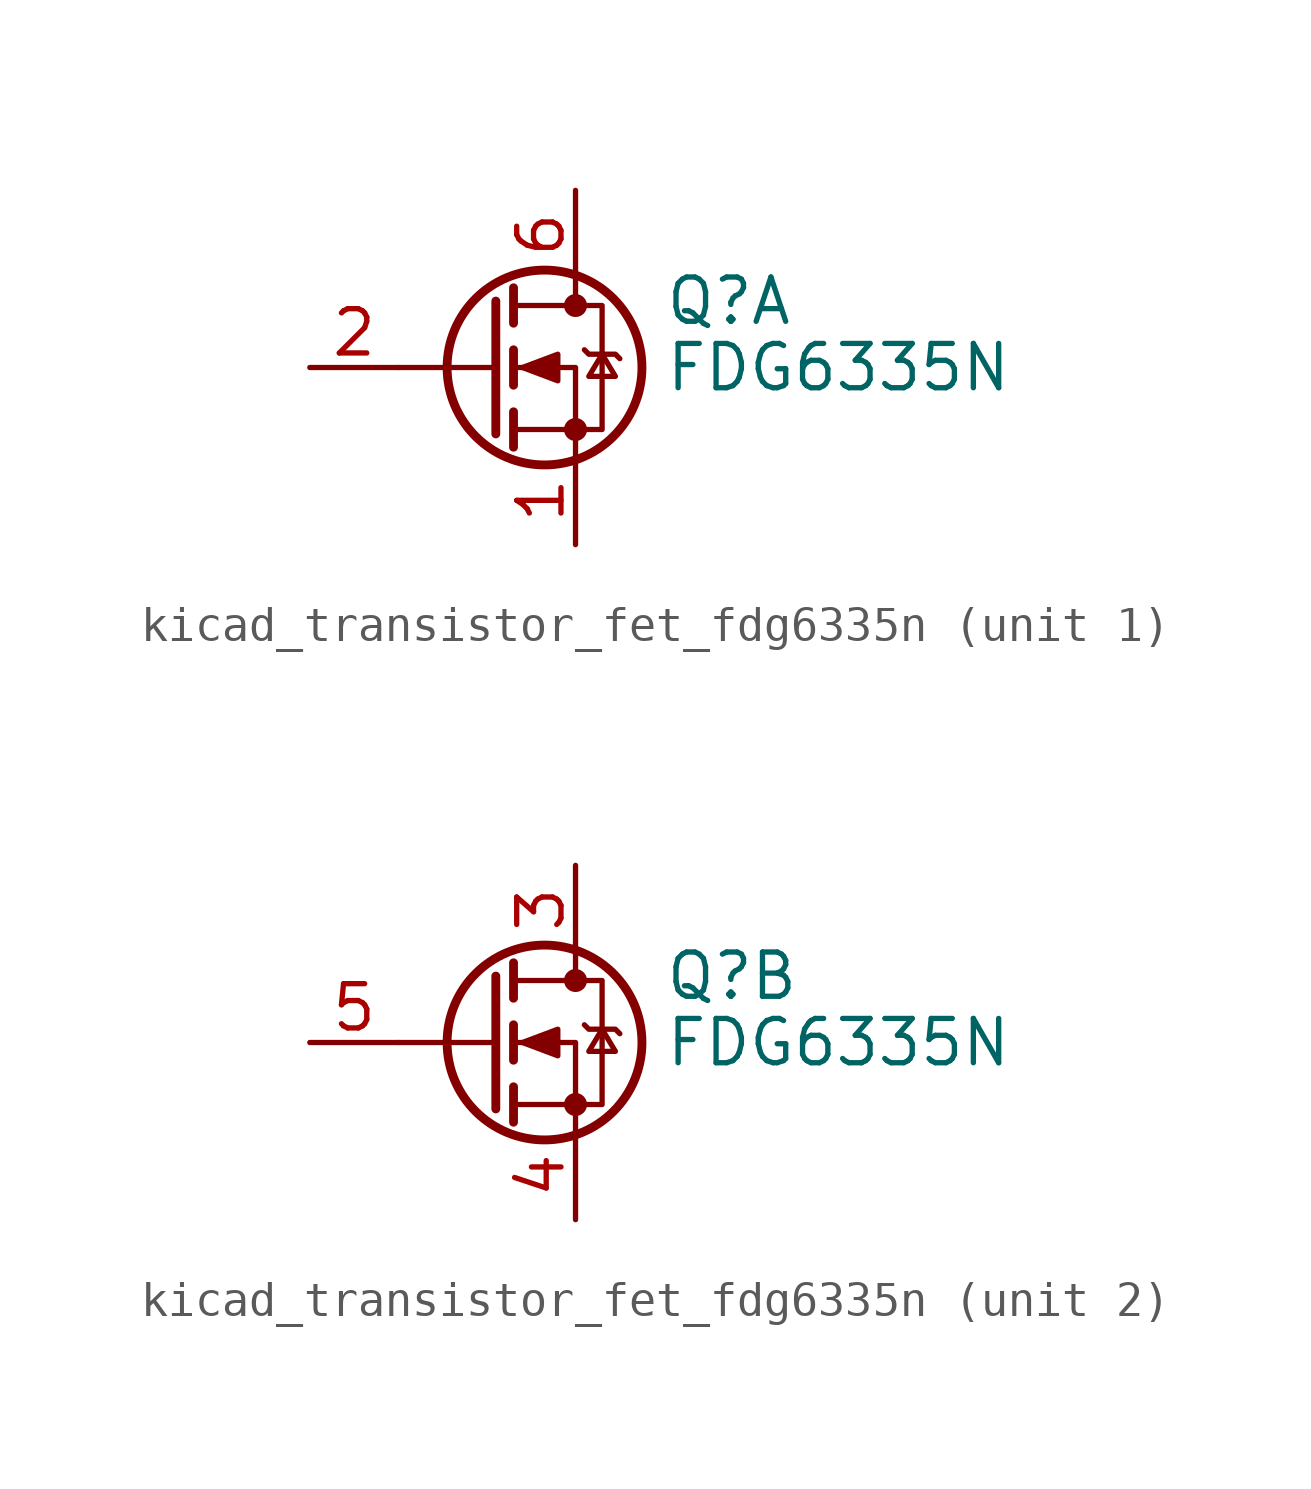
<source format=kicad_sym>
(kicad_symbol_lib
  (version 20220914)
  (generator kicad_symbol_editor)
  (symbol "kicad_transistor_fet_fdg6335n"
    (pin_names hide)
    (property "Reference" "Q"
      (at 5.08 1.905 0)
      (effects (font (size 1.27 1.27)) (justify left)))
    (property "Value" "FDG6335N"
      (at 5.08 0 0)
      (effects (font (size 1.27 1.27)) (justify left)))
    (symbol "kicad_transistor_fet_fdg6335n_0_1"
      (polyline (pts (xy 0.254 0) (xy -2.54 0)) (stroke (width 0) (type default)) (fill (type none)))
      (polyline (pts (xy 0.254 1.905) (xy 0.254 -1.905)) (stroke (width 0.254) (type default)) (fill (type none)))
      (polyline (pts (xy 0.762 -1.27) (xy 0.762 -2.286)) (stroke (width 0.254) (type default)) (fill (type none)))
      (polyline (pts (xy 0.762 0.508) (xy 0.762 -0.508)) (stroke (width 0.254) (type default)) (fill (type none)))
      (polyline (pts (xy 0.762 2.286) (xy 0.762 1.27)) (stroke (width 0.254) (type default)) (fill (type none)))
      (polyline (pts (xy 2.54 2.54) (xy 2.54 1.778)) (stroke (width 0) (type default)) (fill (type none)))
      (polyline (pts (xy 2.54 -2.54) (xy 2.54 0) (xy 0.762 0)) (stroke (width 0) (type default)) (fill (type none)))
      (polyline (pts (xy 0.762 -1.778) (xy 3.302 -1.778) (xy 3.302 1.778) (xy 0.762 1.778)) (stroke (width 0) (type default)) (fill (type none)))
      (polyline (pts (xy 1.016 0) (xy 2.032 0.381) (xy 2.032 -0.381) (xy 1.016 0)) (stroke (width 0) (type default)) (fill (type outline)))
      (polyline (pts (xy 2.794 0.508) (xy 2.921 0.381) (xy 3.683 0.381) (xy 3.81 0.254)) (stroke (width 0) (type default)) (fill (type none)))
      (polyline (pts (xy 3.302 0.381) (xy 2.921 -0.254) (xy 3.683 -0.254) (xy 3.302 0.381)) (stroke (width 0) (type default)) (fill (type none)))
      (circle (center 1.651 0) (radius 2.794) (stroke (width 0.254) (type default)) (fill (type none)))
      (circle (center 2.54 -1.778) (radius 0.254) (stroke (width 0) (type default)) (fill (type outline)))
      (circle (center 2.54 1.778) (radius 0.254) (stroke (width 0) (type default)) (fill (type outline))))
    (symbol "kicad_transistor_fet_fdg6335n_1_1"
      (pin passive line (at 2.54 -5.08 90) (length 2.54) (name "S" (effects (font (size 1.27 1.27)))) (number "1" (effects (font (size 1.27 1.27)))))
      (pin passive line (at -5.08 0 0) (length 2.54) (name "G" (effects (font (size 1.27 1.27)))) (number "2" (effects (font (size 1.27 1.27)))))
      (pin passive line (at 2.54 5.08 270) (length 2.54) (name "D" (effects (font (size 1.27 1.27)))) (number "6" (effects (font (size 1.27 1.27))))))
    (symbol "kicad_transistor_fet_fdg6335n_2_1"
      (pin passive line (at 2.54 5.08 270) (length 2.54) (name "D" (effects (font (size 1.27 1.27)))) (number "3" (effects (font (size 1.27 1.27)))))
      (pin passive line (at 2.54 -5.08 90) (length 2.54) (name "S" (effects (font (size 1.27 1.27)))) (number "4" (effects (font (size 1.27 1.27)))))
      (pin passive line (at -5.08 0 0) (length 2.54) (name "G" (effects (font (size 1.27 1.27)))) (number "5" (effects (font (size 1.27 1.27))))))))
</source>
